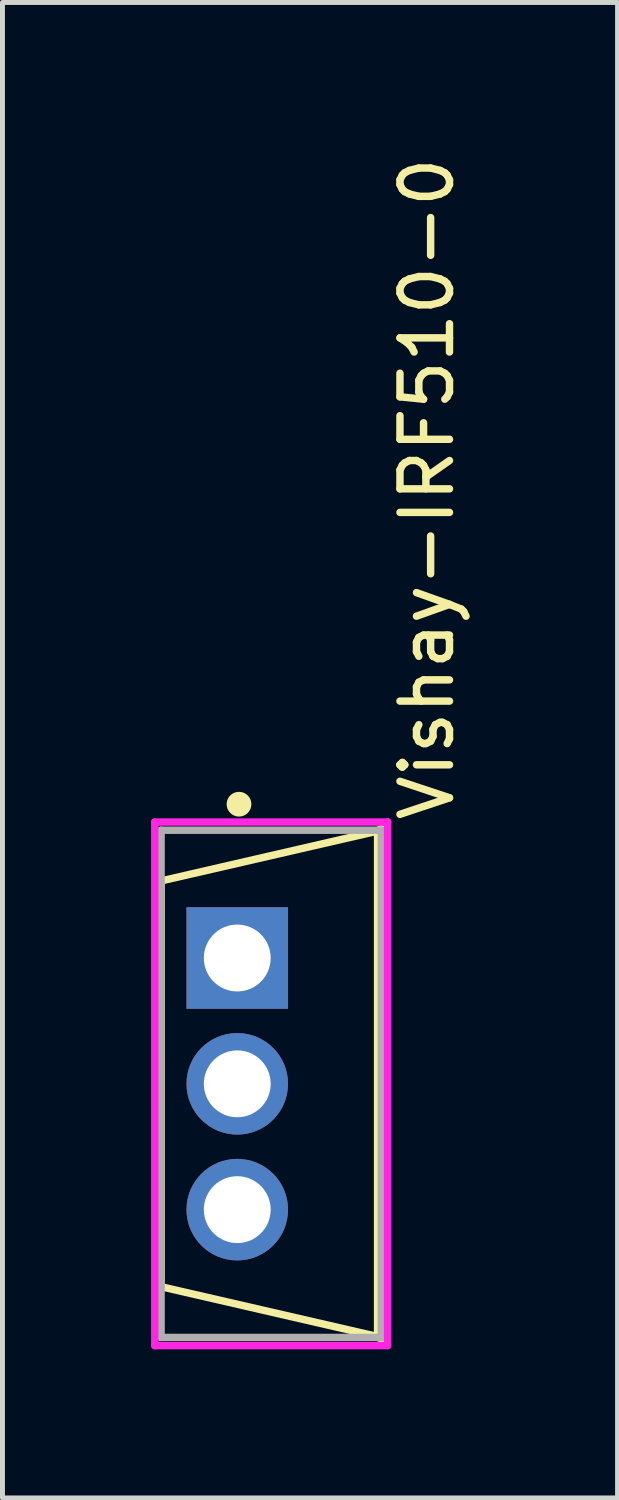
<source format=kicad_pcb>
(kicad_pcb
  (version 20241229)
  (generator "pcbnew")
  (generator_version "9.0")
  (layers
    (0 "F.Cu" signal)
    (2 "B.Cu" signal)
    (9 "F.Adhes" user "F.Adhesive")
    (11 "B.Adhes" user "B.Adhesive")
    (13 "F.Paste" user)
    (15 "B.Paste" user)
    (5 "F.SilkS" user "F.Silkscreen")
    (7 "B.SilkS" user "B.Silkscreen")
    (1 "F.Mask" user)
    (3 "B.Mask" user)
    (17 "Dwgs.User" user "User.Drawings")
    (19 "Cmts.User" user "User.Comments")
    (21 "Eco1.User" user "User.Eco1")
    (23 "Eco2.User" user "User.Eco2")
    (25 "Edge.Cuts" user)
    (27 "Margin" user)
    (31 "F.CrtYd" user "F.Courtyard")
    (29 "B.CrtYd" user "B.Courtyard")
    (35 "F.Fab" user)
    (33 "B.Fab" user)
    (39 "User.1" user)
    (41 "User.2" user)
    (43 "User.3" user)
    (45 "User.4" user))
  (footprint "Vishay-IRF510-0"
    (layer "F.Cu")
    (at 2.425 18.831)
    (property "Reference" "Vishay-IRF510-0" (at 3.145 -5.247 90) (layer "F.SilkS") (effects (font (size 1 1) (thickness 0.15)) (justify left)))
    (attr through_hole)
    (fp_line (start -2.223 -4.096) (end -2.223 4.096) (stroke (width 0.15) (type solid)) (layer "F.SilkS"))
    (fp_line (start -2.223 4.096) (end 2.223 5.12) (stroke (width 0.15) (type solid)) (layer "F.SilkS"))
    (fp_line (start 2.223 -5.12) (end -2.223 -4.096) (stroke (width 0.15) (type solid)) (layer "F.SilkS"))
    (fp_line (start 2.223 5.07) (end 2.223 -5.07) (stroke (width 0.3) (type solid)) (layer "F.SilkS"))
    (fp_circle (center -0.65 -5.645) (end -0.525 -5.645) (stroke (width 0.25) (type solid)) (fill no) (layer "F.SilkS"))
    (fp_line (start -2.35 -5.285) (end -2.35 5.285) (stroke (width 0.15) (type solid)) (layer "F.CrtYd"))
    (fp_line (start -2.35 5.285) (end 2.35 5.285) (stroke (width 0.15) (type solid)) (layer "F.CrtYd"))
    (fp_line (start 2.35 -5.285) (end -2.35 -5.285) (stroke (width 0.15) (type solid)) (layer "F.CrtYd"))
    (fp_line (start 2.35 -5.285) (end 2.35 -5.285) (stroke (width 0.15) (type solid)) (layer "F.CrtYd"))
    (fp_line (start 2.35 5.285) (end 2.35 -5.285) (stroke (width 0.15) (type solid)) (layer "F.CrtYd"))
    (fp_line (start -2.223 -5.12) (end 2.223 -5.12) (stroke (width 0.15) (type solid)) (layer "F.Fab"))
    (fp_line (start -2.223 5.12) (end -2.223 -5.12) (stroke (width 0.15) (type solid)) (layer "F.Fab"))
    (fp_line (start 2.223 -5.12) (end 2.223 5.12) (stroke (width 0.15) (type solid)) (layer "F.Fab"))
    (fp_line (start 2.223 5.12) (end -2.223 5.12) (stroke (width 0.15) (type solid)) (layer "F.Fab"))
    (pad "1" thru_hole rect (at -0.685 -2.54) (size 2.05 2.05) (drill 1.35) (layers "*.Cu"))
    (pad "2" thru_hole circle (at -0.685 0) (size 2.05 2.05) (drill 1.35) (layers "*.Cu"))
    (pad "3" thru_hole circle (at -0.685 2.54) (size 2.05 2.05) (drill 1.35) (layers "*.Cu")))
  (gr_rect
    (start -3 -3)
    (end 9.418 27.191)
    (stroke (width 0.1) (type default))
    (fill no)
    (layer "Edge.Cuts")))
</source>
